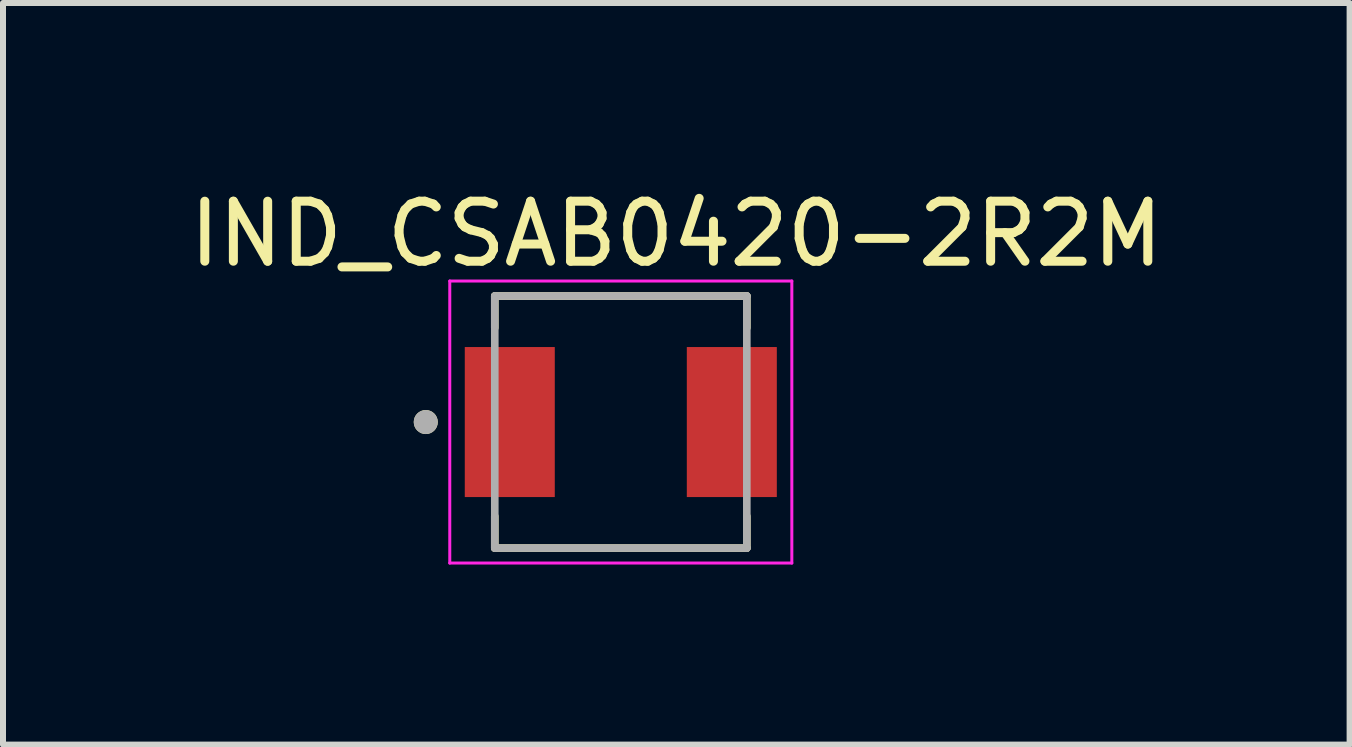
<source format=kicad_pcb>
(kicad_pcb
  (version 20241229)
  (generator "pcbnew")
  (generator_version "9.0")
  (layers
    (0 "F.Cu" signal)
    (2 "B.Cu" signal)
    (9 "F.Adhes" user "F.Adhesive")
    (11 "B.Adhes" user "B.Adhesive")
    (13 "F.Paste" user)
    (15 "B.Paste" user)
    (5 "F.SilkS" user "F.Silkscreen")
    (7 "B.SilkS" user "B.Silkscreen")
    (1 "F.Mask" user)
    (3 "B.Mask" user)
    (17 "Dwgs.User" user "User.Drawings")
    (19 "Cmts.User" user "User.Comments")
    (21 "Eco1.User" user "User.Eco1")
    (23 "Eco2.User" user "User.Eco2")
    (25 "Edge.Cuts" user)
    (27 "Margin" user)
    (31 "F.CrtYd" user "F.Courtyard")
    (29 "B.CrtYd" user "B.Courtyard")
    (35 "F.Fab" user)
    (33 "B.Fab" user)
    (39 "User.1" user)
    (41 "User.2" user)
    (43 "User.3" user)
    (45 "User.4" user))
  (footprint "IND_CSAB0420-2R2M"
    (layer "F.Cu")
    (at 7.295 3.983)
    (property "Reference" "IND_CSAB0420-2R2M" (at 0.925 -3.135 0) (layer "F.SilkS") (effects (font (size 1 1) (thickness 0.15))))
    (attr smd)
    (fp_line (start -2.1 -2.1) (end 2.1 -2.1) (stroke (width 0.127) (type solid)) (layer "F.SilkS"))
    (fp_line (start -2.1 -1.57) (end -2.1 -2.1) (stroke (width 0.127) (type solid)) (layer "F.SilkS"))
    (fp_line (start -2.1 2.1) (end -2.1 1.57) (stroke (width 0.127) (type solid)) (layer "F.SilkS"))
    (fp_line (start 2.1 -2.1) (end 2.1 -1.57) (stroke (width 0.127) (type solid)) (layer "F.SilkS"))
    (fp_line (start 2.1 1.57) (end 2.1 2.1) (stroke (width 0.127) (type solid)) (layer "F.SilkS"))
    (fp_line (start 2.1 2.1) (end -2.1 2.1) (stroke (width 0.127) (type solid)) (layer "F.SilkS"))
    (fp_circle (center -3.25 0) (end -3.15 0) (stroke (width 0.2) (type solid)) (fill no) (layer "F.SilkS"))
    (fp_line (start -2.85 -2.35) (end 2.85 -2.35) (stroke (width 0.05) (type solid)) (layer "F.CrtYd"))
    (fp_line (start -2.85 2.35) (end -2.85 -2.35) (stroke (width 0.05) (type solid)) (layer "F.CrtYd"))
    (fp_line (start 2.85 -2.35) (end 2.85 2.35) (stroke (width 0.05) (type solid)) (layer "F.CrtYd"))
    (fp_line (start 2.85 2.35) (end -2.85 2.35) (stroke (width 0.05) (type solid)) (layer "F.CrtYd"))
    (fp_line (start -2.1 -2.1) (end 2.1 -2.1) (stroke (width 0.127) (type solid)) (layer "F.Fab"))
    (fp_line (start -2.1 2.1) (end -2.1 -2.1) (stroke (width 0.127) (type solid)) (layer "F.Fab"))
    (fp_line (start 2.1 -2.1) (end 2.1 2.1) (stroke (width 0.127) (type solid)) (layer "F.Fab"))
    (fp_line (start 2.1 2.1) (end -2.1 2.1) (stroke (width 0.127) (type solid)) (layer "F.Fab"))
    (fp_circle (center -3.25 0) (end -3.15 0) (stroke (width 0.2) (type solid)) (fill no) (layer "F.Fab"))
    (pad "1" smd rect (at -1.85 0) (size 1.5 2.5) (layers "F.Cu" "F.Mask" "F.Paste"))
    (pad "2" smd rect (at 1.85 0) (size 1.5 2.5) (layers "F.Cu" "F.Mask" "F.Paste")))
  (gr_rect
    (start -3 -3)
    (end 19.44 9.358)
    (stroke (width 0.1) (type default))
    (fill no)
    (layer "Edge.Cuts")))
</source>
